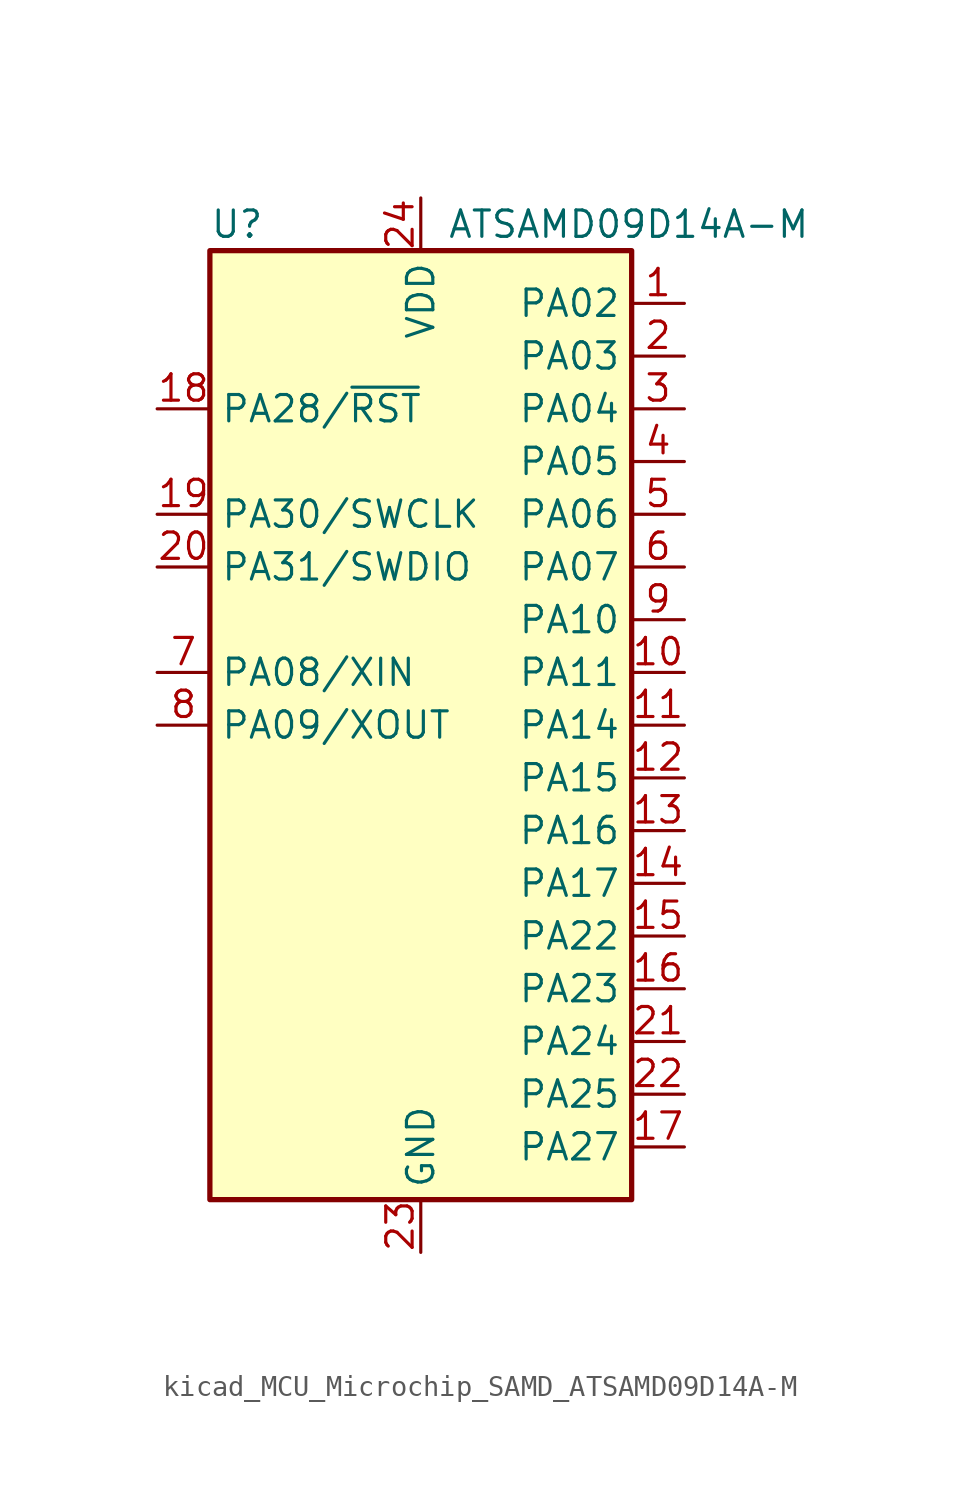
<source format=kicad_sym>
(kicad_symbol_lib
  (version 20220914)
  (generator kicad_symbol_editor)
  (symbol "kicad_MCU_Microchip_SAMD_ATSAMD09D14A-M"
    (property "Reference" "U"
      (at -10.16 24.13 0)
      (effects (font (size 1.27 1.27)) (justify left)))
    (property "Value" "ATSAMD09D14A-M"
      (at 1.27 24.13 0)
      (effects (font (size 1.27 1.27)) (justify left)))
    (symbol "kicad_MCU_Microchip_SAMD_ATSAMD09D14A-M_0_1"
      (rectangle (start -10.16 22.86) (end 10.16 -22.86) (stroke (width 0.254) (type default)) (fill (type background))))
    (symbol "kicad_MCU_Microchip_SAMD_ATSAMD09D14A-M_1_1"
      (pin bidirectional line (at 12.7 20.32 180) (length 2.54) (name "PA02" (effects (font (size 1.27 1.27)))) (number "1" (effects (font (size 1.27 1.27)))))
      (pin bidirectional line (at 12.7 2.54 180) (length 2.54) (name "PA11" (effects (font (size 1.27 1.27)))) (number "10" (effects (font (size 1.27 1.27)))))
      (pin bidirectional line (at 12.7 0 180) (length 2.54) (name "PA14" (effects (font (size 1.27 1.27)))) (number "11" (effects (font (size 1.27 1.27)))))
      (pin bidirectional line (at 12.7 -2.54 180) (length 2.54) (name "PA15" (effects (font (size 1.27 1.27)))) (number "12" (effects (font (size 1.27 1.27)))))
      (pin bidirectional line (at 12.7 -5.08 180) (length 2.54) (name "PA16" (effects (font (size 1.27 1.27)))) (number "13" (effects (font (size 1.27 1.27)))))
      (pin bidirectional line (at 12.7 -7.62 180) (length 2.54) (name "PA17" (effects (font (size 1.27 1.27)))) (number "14" (effects (font (size 1.27 1.27)))))
      (pin bidirectional line (at 12.7 -10.16 180) (length 2.54) (name "PA22" (effects (font (size 1.27 1.27)))) (number "15" (effects (font (size 1.27 1.27)))))
      (pin bidirectional line (at 12.7 -12.7 180) (length 2.54) (name "PA23" (effects (font (size 1.27 1.27)))) (number "16" (effects (font (size 1.27 1.27)))))
      (pin bidirectional line (at 12.7 -20.32 180) (length 2.54) (name "PA27" (effects (font (size 1.27 1.27)))) (number "17" (effects (font (size 1.27 1.27)))))
      (pin bidirectional line (at -12.7 15.24 0) (length 2.54) (name "PA28/~{RST}" (effects (font (size 1.27 1.27)))) (number "18" (effects (font (size 1.27 1.27)))))
      (pin bidirectional line (at -12.7 10.16 0) (length 2.54) (name "PA30/SWCLK" (effects (font (size 1.27 1.27)))) (number "19" (effects (font (size 1.27 1.27)))))
      (pin bidirectional line (at 12.7 17.78 180) (length 2.54) (name "PA03" (effects (font (size 1.27 1.27)))) (number "2" (effects (font (size 1.27 1.27)))))
      (pin bidirectional line (at -12.7 7.62 0) (length 2.54) (name "PA31/SWDIO" (effects (font (size 1.27 1.27)))) (number "20" (effects (font (size 1.27 1.27)))))
      (pin bidirectional line (at 12.7 -15.24 180) (length 2.54) (name "PA24" (effects (font (size 1.27 1.27)))) (number "21" (effects (font (size 1.27 1.27)))))
      (pin bidirectional line (at 12.7 -17.78 180) (length 2.54) (name "PA25" (effects (font (size 1.27 1.27)))) (number "22" (effects (font (size 1.27 1.27)))))
      (pin power_in line (at 0 -25.4 90) (length 2.54) (name "GND" (effects (font (size 1.27 1.27)))) (number "23" (effects (font (size 1.27 1.27)))))
      (pin power_in line (at 0 25.4 270) (length 2.54) (name "VDD" (effects (font (size 1.27 1.27)))) (number "24" (effects (font (size 1.27 1.27)))))
      (pin bidirectional line (at 12.7 15.24 180) (length 2.54) (name "PA04" (effects (font (size 1.27 1.27)))) (number "3" (effects (font (size 1.27 1.27)))))
      (pin bidirectional line (at 12.7 12.7 180) (length 2.54) (name "PA05" (effects (font (size 1.27 1.27)))) (number "4" (effects (font (size 1.27 1.27)))))
      (pin bidirectional line (at 12.7 10.16 180) (length 2.54) (name "PA06" (effects (font (size 1.27 1.27)))) (number "5" (effects (font (size 1.27 1.27)))))
      (pin bidirectional line (at 12.7 7.62 180) (length 2.54) (name "PA07" (effects (font (size 1.27 1.27)))) (number "6" (effects (font (size 1.27 1.27)))))
      (pin bidirectional line (at -12.7 2.54 0) (length 2.54) (name "PA08/XIN" (effects (font (size 1.27 1.27)))) (number "7" (effects (font (size 1.27 1.27)))))
      (pin bidirectional line (at -12.7 0 0) (length 2.54) (name "PA09/XOUT" (effects (font (size 1.27 1.27)))) (number "8" (effects (font (size 1.27 1.27)))))
      (pin bidirectional line (at 12.7 5.08 180) (length 2.54) (name "PA10" (effects (font (size 1.27 1.27)))) (number "9" (effects (font (size 1.27 1.27))))))))
</source>
